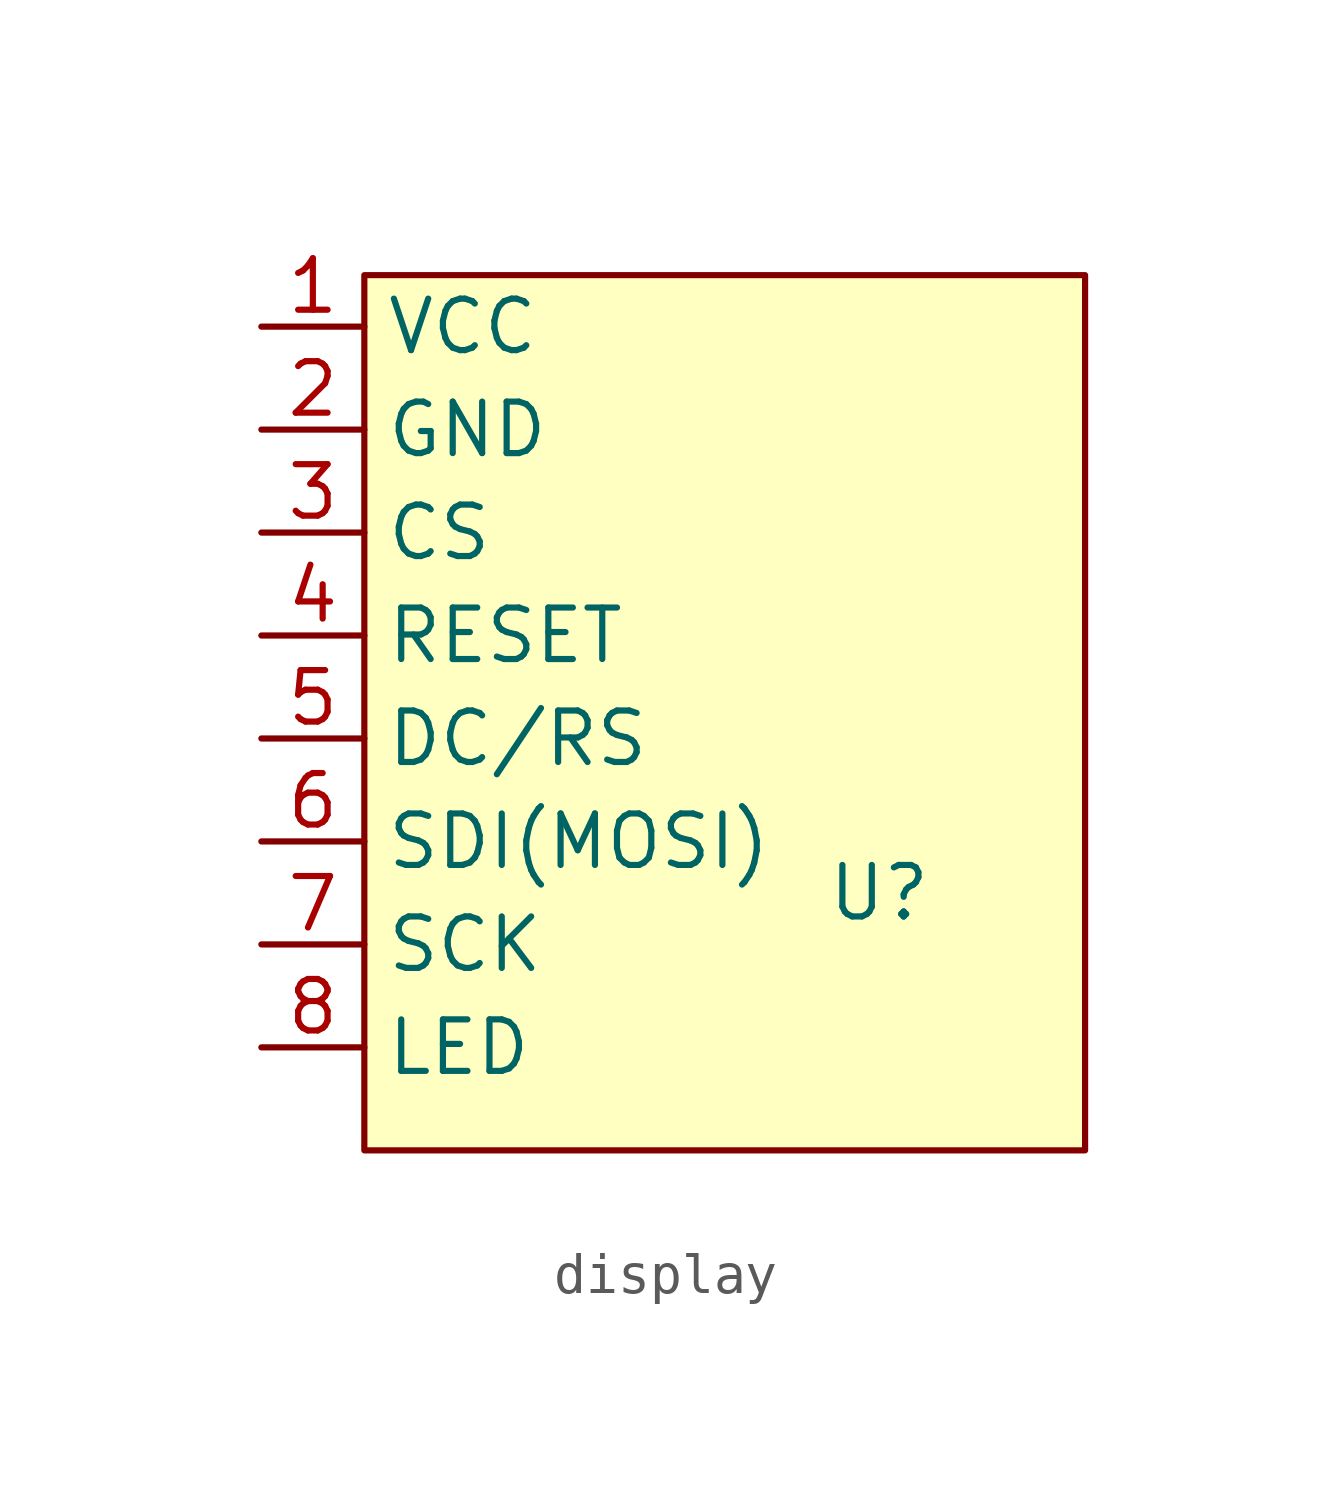
<source format=kicad_sym>
(kicad_symbol_lib
  (version 20241209)
  (generator "kicad_symbol_editor")
  (generator_version "9.0")
  (symbol "display"
    (property "Reference" "U"
      (at 0 1.27 0)
      (effects (font (size 1.27 1.27))))
    (property "Value" ""
      (at 0 0 0)
      (effects (font (size 1.27 1.27))))
    (symbol "display_1_1"
      (rectangle (start -12.7 16.51) (end 5.08 -5.08) (stroke (width 0) (type solid)) (fill (type background)))
      (pin power_in line (at -15.24 15.24 0) (length 2.54) (name "VCC" (effects (font (size 1.27 1.27)))) (number "1" (effects (font (size 1.27 1.27)))))
      (pin power_in line (at -15.24 12.7 0) (length 2.54) (name "GND" (effects (font (size 1.27 1.27)))) (number "2" (effects (font (size 1.27 1.27)))))
      (pin passive line (at -15.24 10.16 0) (length 2.54) (name "CS" (effects (font (size 1.27 1.27)))) (number "3" (effects (font (size 1.27 1.27)))))
      (pin passive line (at -15.24 7.62 0) (length 2.54) (name "RESET" (effects (font (size 1.27 1.27)))) (number "4" (effects (font (size 1.27 1.27)))))
      (pin passive line (at -15.24 5.08 0) (length 2.54) (name "DC/RS" (effects (font (size 1.27 1.27)))) (number "5" (effects (font (size 1.27 1.27)))))
      (pin passive line (at -15.24 2.54 0) (length 2.54) (name "SDI(MOSI)" (effects (font (size 1.27 1.27)))) (number "6" (effects (font (size 1.27 1.27)))))
      (pin passive line (at -15.24 0 0) (length 2.54) (name "SCK" (effects (font (size 1.27 1.27)))) (number "7" (effects (font (size 1.27 1.27)))))
      (pin passive line (at -15.24 -2.54 0) (length 2.54) (name "LED" (effects (font (size 1.27 1.27)))) (number "8" (effects (font (size 1.27 1.27))))))))
</source>
